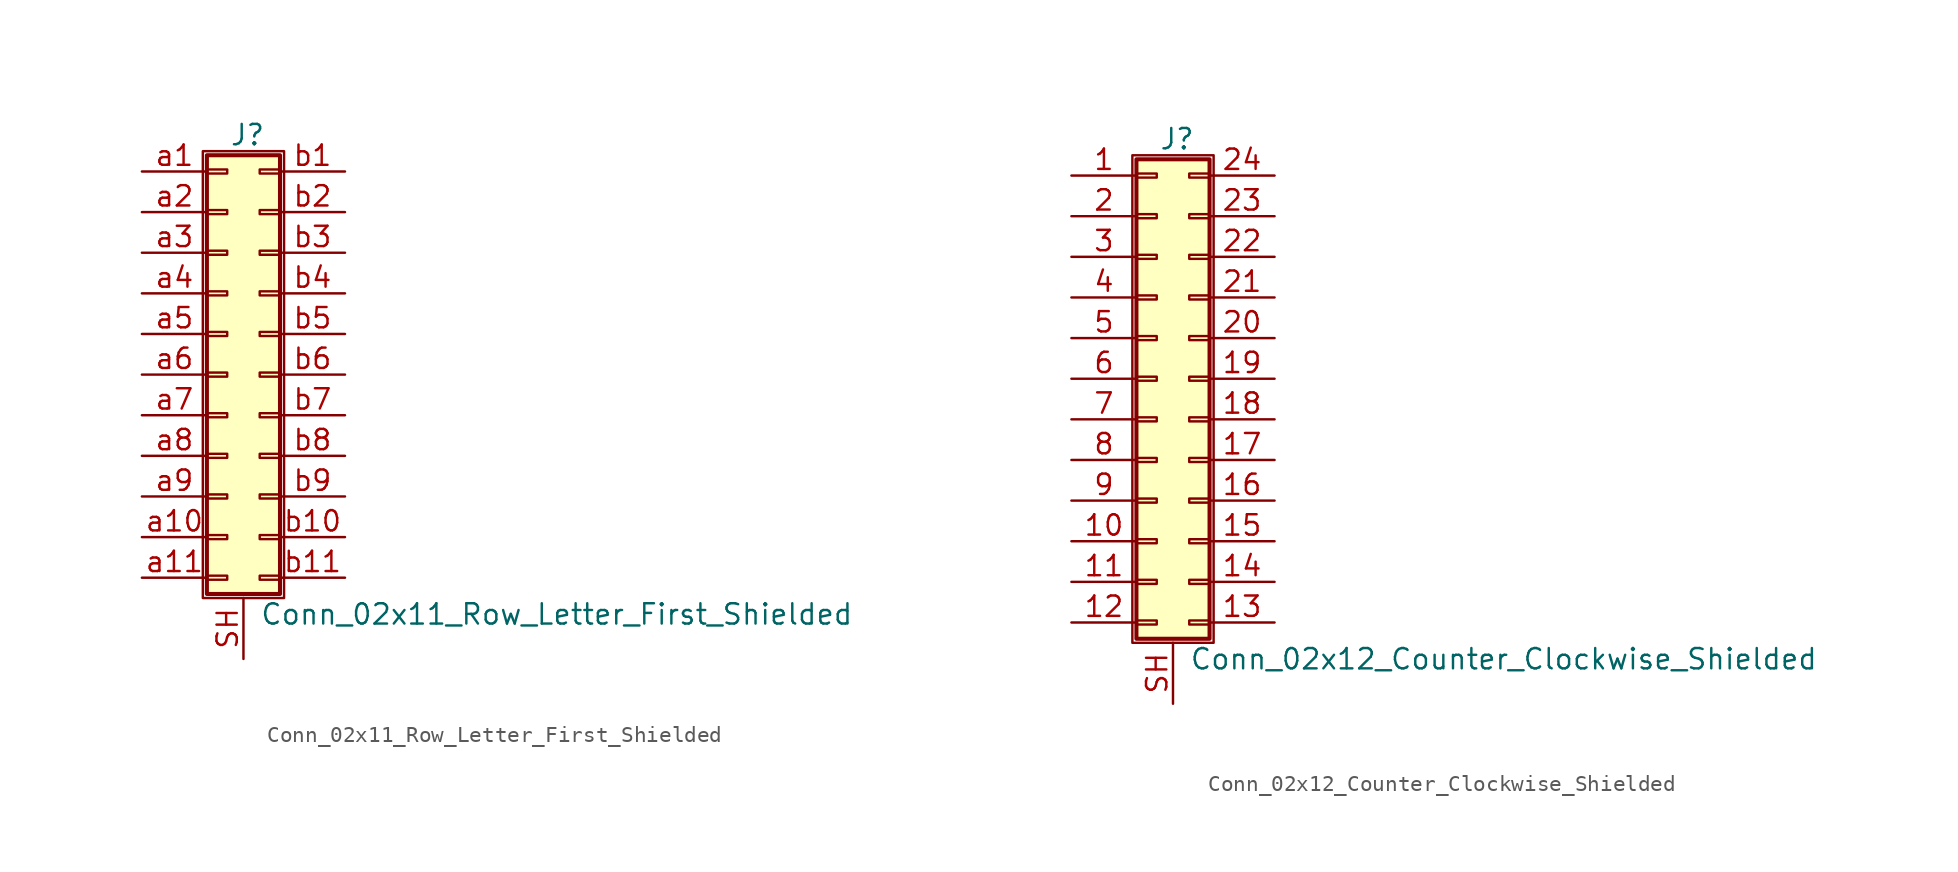
<source format=kicad_sym>
(kicad_symbol_lib
  (version 20220914)
  (generator kicad_symbol_editor)
  (symbol "Conn_02x11_Row_Letter_First_Shielded"
    (pin_names
      (offset 1.016) hide)
    (property "Reference" "J"
      (at 1.524 14.986 0)
      (effects (font (size 1.27 1.27))))
    (property "Value" "Conn_02x11_Row_Letter_First_Shielded"
      (at 2.286 -14.986 0)
      (effects (font (size 1.27 1.27)) (justify left)))
    (symbol "Conn_02x11_Row_Letter_First_Shielded_1_1"
      (rectangle (start -1.27 13.97) (end 3.81 -13.97) (stroke (width 0.152) (type default)) (fill (type none)))
      (rectangle (start -1.016 -12.573) (end 0.254 -12.827) (stroke (width 0.152) (type default)) (fill (type none)))
      (rectangle (start -1.016 -10.033) (end 0.254 -10.287) (stroke (width 0.152) (type default)) (fill (type none)))
      (rectangle (start -1.016 -7.493) (end 0.254 -7.747) (stroke (width 0.152) (type default)) (fill (type none)))
      (rectangle (start -1.016 -4.953) (end 0.254 -5.207) (stroke (width 0.152) (type default)) (fill (type none)))
      (rectangle (start -1.016 -2.413) (end 0.254 -2.667) (stroke (width 0.152) (type default)) (fill (type none)))
      (rectangle (start -1.016 0.127) (end 0.254 -0.127) (stroke (width 0.152) (type default)) (fill (type none)))
      (rectangle (start -1.016 2.667) (end 0.254 2.413) (stroke (width 0.152) (type default)) (fill (type none)))
      (rectangle (start -1.016 5.207) (end 0.254 4.953) (stroke (width 0.152) (type default)) (fill (type none)))
      (rectangle (start -1.016 7.747) (end 0.254 7.493) (stroke (width 0.152) (type default)) (fill (type none)))
      (rectangle (start -1.016 10.287) (end 0.254 10.033) (stroke (width 0.152) (type default)) (fill (type none)))
      (rectangle (start -1.016 12.827) (end 0.254 12.573) (stroke (width 0.152) (type default)) (fill (type none)))
      (rectangle (start -1.016 13.716) (end 3.556 -13.716) (stroke (width 0.254) (type default)) (fill (type background)))
      (rectangle (start 3.556 -12.573) (end 2.286 -12.827) (stroke (width 0.152) (type default)) (fill (type none)))
      (rectangle (start 3.556 -10.033) (end 2.286 -10.287) (stroke (width 0.152) (type default)) (fill (type none)))
      (rectangle (start 3.556 -7.493) (end 2.286 -7.747) (stroke (width 0.152) (type default)) (fill (type none)))
      (rectangle (start 3.556 -4.953) (end 2.286 -5.207) (stroke (width 0.152) (type default)) (fill (type none)))
      (rectangle (start 3.556 -2.413) (end 2.286 -2.667) (stroke (width 0.152) (type default)) (fill (type none)))
      (rectangle (start 3.556 0.127) (end 2.286 -0.127) (stroke (width 0.152) (type default)) (fill (type none)))
      (rectangle (start 3.556 2.667) (end 2.286 2.413) (stroke (width 0.152) (type default)) (fill (type none)))
      (rectangle (start 3.556 5.207) (end 2.286 4.953) (stroke (width 0.152) (type default)) (fill (type none)))
      (rectangle (start 3.556 7.747) (end 2.286 7.493) (stroke (width 0.152) (type default)) (fill (type none)))
      (rectangle (start 3.556 10.287) (end 2.286 10.033) (stroke (width 0.152) (type default)) (fill (type none)))
      (rectangle (start 3.556 12.827) (end 2.286 12.573) (stroke (width 0.152) (type default)) (fill (type none)))
      (pin passive line (at 1.27 -17.78 90) (length 3.81) (name "Shield" (effects (font (size 1.27 1.27)))) (number "SH" (effects (font (size 1.27 1.27)))))
      (pin passive line (at -5.08 12.7 0) (length 4.064) (name "Pin_a1" (effects (font (size 1.27 1.27)))) (number "a1" (effects (font (size 1.27 1.27)))))
      (pin passive line (at -5.08 -10.16 0) (length 4.064) (name "Pin_a10" (effects (font (size 1.27 1.27)))) (number "a10" (effects (font (size 1.27 1.27)))))
      (pin passive line (at -5.08 -12.7 0) (length 4.064) (name "Pin_a11" (effects (font (size 1.27 1.27)))) (number "a11" (effects (font (size 1.27 1.27)))))
      (pin passive line (at -5.08 10.16 0) (length 4.064) (name "Pin_a2" (effects (font (size 1.27 1.27)))) (number "a2" (effects (font (size 1.27 1.27)))))
      (pin passive line (at -5.08 7.62 0) (length 4.064) (name "Pin_a3" (effects (font (size 1.27 1.27)))) (number "a3" (effects (font (size 1.27 1.27)))))
      (pin passive line (at -5.08 5.08 0) (length 4.064) (name "Pin_a4" (effects (font (size 1.27 1.27)))) (number "a4" (effects (font (size 1.27 1.27)))))
      (pin passive line (at -5.08 2.54 0) (length 4.064) (name "Pin_a5" (effects (font (size 1.27 1.27)))) (number "a5" (effects (font (size 1.27 1.27)))))
      (pin passive line (at -5.08 0 0) (length 4.064) (name "Pin_a6" (effects (font (size 1.27 1.27)))) (number "a6" (effects (font (size 1.27 1.27)))))
      (pin passive line (at -5.08 -2.54 0) (length 4.064) (name "Pin_a7" (effects (font (size 1.27 1.27)))) (number "a7" (effects (font (size 1.27 1.27)))))
      (pin passive line (at -5.08 -5.08 0) (length 4.064) (name "Pin_a8" (effects (font (size 1.27 1.27)))) (number "a8" (effects (font (size 1.27 1.27)))))
      (pin passive line (at -5.08 -7.62 0) (length 4.064) (name "Pin_a9" (effects (font (size 1.27 1.27)))) (number "a9" (effects (font (size 1.27 1.27)))))
      (pin passive line (at 7.62 12.7 180) (length 4.064) (name "Pin_b1" (effects (font (size 1.27 1.27)))) (number "b1" (effects (font (size 1.27 1.27)))))
      (pin passive line (at 7.62 -10.16 180) (length 4.064) (name "Pin_b10" (effects (font (size 1.27 1.27)))) (number "b10" (effects (font (size 1.27 1.27)))))
      (pin passive line (at 7.62 -12.7 180) (length 4.064) (name "Pin_b11" (effects (font (size 1.27 1.27)))) (number "b11" (effects (font (size 1.27 1.27)))))
      (pin passive line (at 7.62 10.16 180) (length 4.064) (name "Pin_b2" (effects (font (size 1.27 1.27)))) (number "b2" (effects (font (size 1.27 1.27)))))
      (pin passive line (at 7.62 7.62 180) (length 4.064) (name "Pin_b3" (effects (font (size 1.27 1.27)))) (number "b3" (effects (font (size 1.27 1.27)))))
      (pin passive line (at 7.62 5.08 180) (length 4.064) (name "Pin_b4" (effects (font (size 1.27 1.27)))) (number "b4" (effects (font (size 1.27 1.27)))))
      (pin passive line (at 7.62 2.54 180) (length 4.064) (name "Pin_b5" (effects (font (size 1.27 1.27)))) (number "b5" (effects (font (size 1.27 1.27)))))
      (pin passive line (at 7.62 0 180) (length 4.064) (name "Pin_b6" (effects (font (size 1.27 1.27)))) (number "b6" (effects (font (size 1.27 1.27)))))
      (pin passive line (at 7.62 -2.54 180) (length 4.064) (name "Pin_b7" (effects (font (size 1.27 1.27)))) (number "b7" (effects (font (size 1.27 1.27)))))
      (pin passive line (at 7.62 -5.08 180) (length 4.064) (name "Pin_b8" (effects (font (size 1.27 1.27)))) (number "b8" (effects (font (size 1.27 1.27)))))
      (pin passive line (at 7.62 -7.62 180) (length 4.064) (name "Pin_b9" (effects (font (size 1.27 1.27)))) (number "b9" (effects (font (size 1.27 1.27)))))))
  (symbol "Conn_02x12_Counter_Clockwise_Shielded"
    (pin_names
      (offset 1.016) hide)
    (property "Reference" "J"
      (at 1.524 14.986 0)
      (effects (font (size 1.27 1.27))))
    (property "Value" "Conn_02x12_Counter_Clockwise_Shielded"
      (at 2.286 -17.526 0)
      (effects (font (size 1.27 1.27)) (justify left)))
    (symbol "Conn_02x12_Counter_Clockwise_Shielded_1_1"
      (rectangle (start -1.27 13.97) (end 3.81 -16.51) (stroke (width 0.152) (type default)) (fill (type none)))
      (rectangle (start -1.016 -15.113) (end 0.254 -15.367) (stroke (width 0.152) (type default)) (fill (type none)))
      (rectangle (start -1.016 -12.573) (end 0.254 -12.827) (stroke (width 0.152) (type default)) (fill (type none)))
      (rectangle (start -1.016 -10.033) (end 0.254 -10.287) (stroke (width 0.152) (type default)) (fill (type none)))
      (rectangle (start -1.016 -7.493) (end 0.254 -7.747) (stroke (width 0.152) (type default)) (fill (type none)))
      (rectangle (start -1.016 -4.953) (end 0.254 -5.207) (stroke (width 0.152) (type default)) (fill (type none)))
      (rectangle (start -1.016 -2.413) (end 0.254 -2.667) (stroke (width 0.152) (type default)) (fill (type none)))
      (rectangle (start -1.016 0.127) (end 0.254 -0.127) (stroke (width 0.152) (type default)) (fill (type none)))
      (rectangle (start -1.016 2.667) (end 0.254 2.413) (stroke (width 0.152) (type default)) (fill (type none)))
      (rectangle (start -1.016 5.207) (end 0.254 4.953) (stroke (width 0.152) (type default)) (fill (type none)))
      (rectangle (start -1.016 7.747) (end 0.254 7.493) (stroke (width 0.152) (type default)) (fill (type none)))
      (rectangle (start -1.016 10.287) (end 0.254 10.033) (stroke (width 0.152) (type default)) (fill (type none)))
      (rectangle (start -1.016 12.827) (end 0.254 12.573) (stroke (width 0.152) (type default)) (fill (type none)))
      (rectangle (start -1.016 13.716) (end 3.556 -16.256) (stroke (width 0.254) (type default)) (fill (type background)))
      (rectangle (start 3.556 -15.113) (end 2.286 -15.367) (stroke (width 0.152) (type default)) (fill (type none)))
      (rectangle (start 3.556 -12.573) (end 2.286 -12.827) (stroke (width 0.152) (type default)) (fill (type none)))
      (rectangle (start 3.556 -10.033) (end 2.286 -10.287) (stroke (width 0.152) (type default)) (fill (type none)))
      (rectangle (start 3.556 -7.493) (end 2.286 -7.747) (stroke (width 0.152) (type default)) (fill (type none)))
      (rectangle (start 3.556 -4.953) (end 2.286 -5.207) (stroke (width 0.152) (type default)) (fill (type none)))
      (rectangle (start 3.556 -2.413) (end 2.286 -2.667) (stroke (width 0.152) (type default)) (fill (type none)))
      (rectangle (start 3.556 0.127) (end 2.286 -0.127) (stroke (width 0.152) (type default)) (fill (type none)))
      (rectangle (start 3.556 2.667) (end 2.286 2.413) (stroke (width 0.152) (type default)) (fill (type none)))
      (rectangle (start 3.556 5.207) (end 2.286 4.953) (stroke (width 0.152) (type default)) (fill (type none)))
      (rectangle (start 3.556 7.747) (end 2.286 7.493) (stroke (width 0.152) (type default)) (fill (type none)))
      (rectangle (start 3.556 10.287) (end 2.286 10.033) (stroke (width 0.152) (type default)) (fill (type none)))
      (rectangle (start 3.556 12.827) (end 2.286 12.573) (stroke (width 0.152) (type default)) (fill (type none)))
      (pin passive line (at -5.08 12.7 0) (length 4.064) (name "Pin_1" (effects (font (size 1.27 1.27)))) (number "1" (effects (font (size 1.27 1.27)))))
      (pin passive line (at -5.08 -10.16 0) (length 4.064) (name "Pin_10" (effects (font (size 1.27 1.27)))) (number "10" (effects (font (size 1.27 1.27)))))
      (pin passive line (at -5.08 -12.7 0) (length 4.064) (name "Pin_11" (effects (font (size 1.27 1.27)))) (number "11" (effects (font (size 1.27 1.27)))))
      (pin passive line (at -5.08 -15.24 0) (length 4.064) (name "Pin_12" (effects (font (size 1.27 1.27)))) (number "12" (effects (font (size 1.27 1.27)))))
      (pin passive line (at 7.62 -15.24 180) (length 4.064) (name "Pin_13" (effects (font (size 1.27 1.27)))) (number "13" (effects (font (size 1.27 1.27)))))
      (pin passive line (at 7.62 -12.7 180) (length 4.064) (name "Pin_14" (effects (font (size 1.27 1.27)))) (number "14" (effects (font (size 1.27 1.27)))))
      (pin passive line (at 7.62 -10.16 180) (length 4.064) (name "Pin_15" (effects (font (size 1.27 1.27)))) (number "15" (effects (font (size 1.27 1.27)))))
      (pin passive line (at 7.62 -7.62 180) (length 4.064) (name "Pin_16" (effects (font (size 1.27 1.27)))) (number "16" (effects (font (size 1.27 1.27)))))
      (pin passive line (at 7.62 -5.08 180) (length 4.064) (name "Pin_17" (effects (font (size 1.27 1.27)))) (number "17" (effects (font (size 1.27 1.27)))))
      (pin passive line (at 7.62 -2.54 180) (length 4.064) (name "Pin_18" (effects (font (size 1.27 1.27)))) (number "18" (effects (font (size 1.27 1.27)))))
      (pin passive line (at 7.62 0 180) (length 4.064) (name "Pin_19" (effects (font (size 1.27 1.27)))) (number "19" (effects (font (size 1.27 1.27)))))
      (pin passive line (at -5.08 10.16 0) (length 4.064) (name "Pin_2" (effects (font (size 1.27 1.27)))) (number "2" (effects (font (size 1.27 1.27)))))
      (pin passive line (at 7.62 2.54 180) (length 4.064) (name "Pin_20" (effects (font (size 1.27 1.27)))) (number "20" (effects (font (size 1.27 1.27)))))
      (pin passive line (at 7.62 5.08 180) (length 4.064) (name "Pin_21" (effects (font (size 1.27 1.27)))) (number "21" (effects (font (size 1.27 1.27)))))
      (pin passive line (at 7.62 7.62 180) (length 4.064) (name "Pin_22" (effects (font (size 1.27 1.27)))) (number "22" (effects (font (size 1.27 1.27)))))
      (pin passive line (at 7.62 10.16 180) (length 4.064) (name "Pin_23" (effects (font (size 1.27 1.27)))) (number "23" (effects (font (size 1.27 1.27)))))
      (pin passive line (at 7.62 12.7 180) (length 4.064) (name "Pin_24" (effects (font (size 1.27 1.27)))) (number "24" (effects (font (size 1.27 1.27)))))
      (pin passive line (at -5.08 7.62 0) (length 4.064) (name "Pin_3" (effects (font (size 1.27 1.27)))) (number "3" (effects (font (size 1.27 1.27)))))
      (pin passive line (at -5.08 5.08 0) (length 4.064) (name "Pin_4" (effects (font (size 1.27 1.27)))) (number "4" (effects (font (size 1.27 1.27)))))
      (pin passive line (at -5.08 2.54 0) (length 4.064) (name "Pin_5" (effects (font (size 1.27 1.27)))) (number "5" (effects (font (size 1.27 1.27)))))
      (pin passive line (at -5.08 0 0) (length 4.064) (name "Pin_6" (effects (font (size 1.27 1.27)))) (number "6" (effects (font (size 1.27 1.27)))))
      (pin passive line (at -5.08 -2.54 0) (length 4.064) (name "Pin_7" (effects (font (size 1.27 1.27)))) (number "7" (effects (font (size 1.27 1.27)))))
      (pin passive line (at -5.08 -5.08 0) (length 4.064) (name "Pin_8" (effects (font (size 1.27 1.27)))) (number "8" (effects (font (size 1.27 1.27)))))
      (pin passive line (at -5.08 -7.62 0) (length 4.064) (name "Pin_9" (effects (font (size 1.27 1.27)))) (number "9" (effects (font (size 1.27 1.27)))))
      (pin passive line (at 1.27 -20.32 90) (length 3.81) (name "Shield" (effects (font (size 1.27 1.27)))) (number "SH" (effects (font (size 1.27 1.27))))))))
</source>
